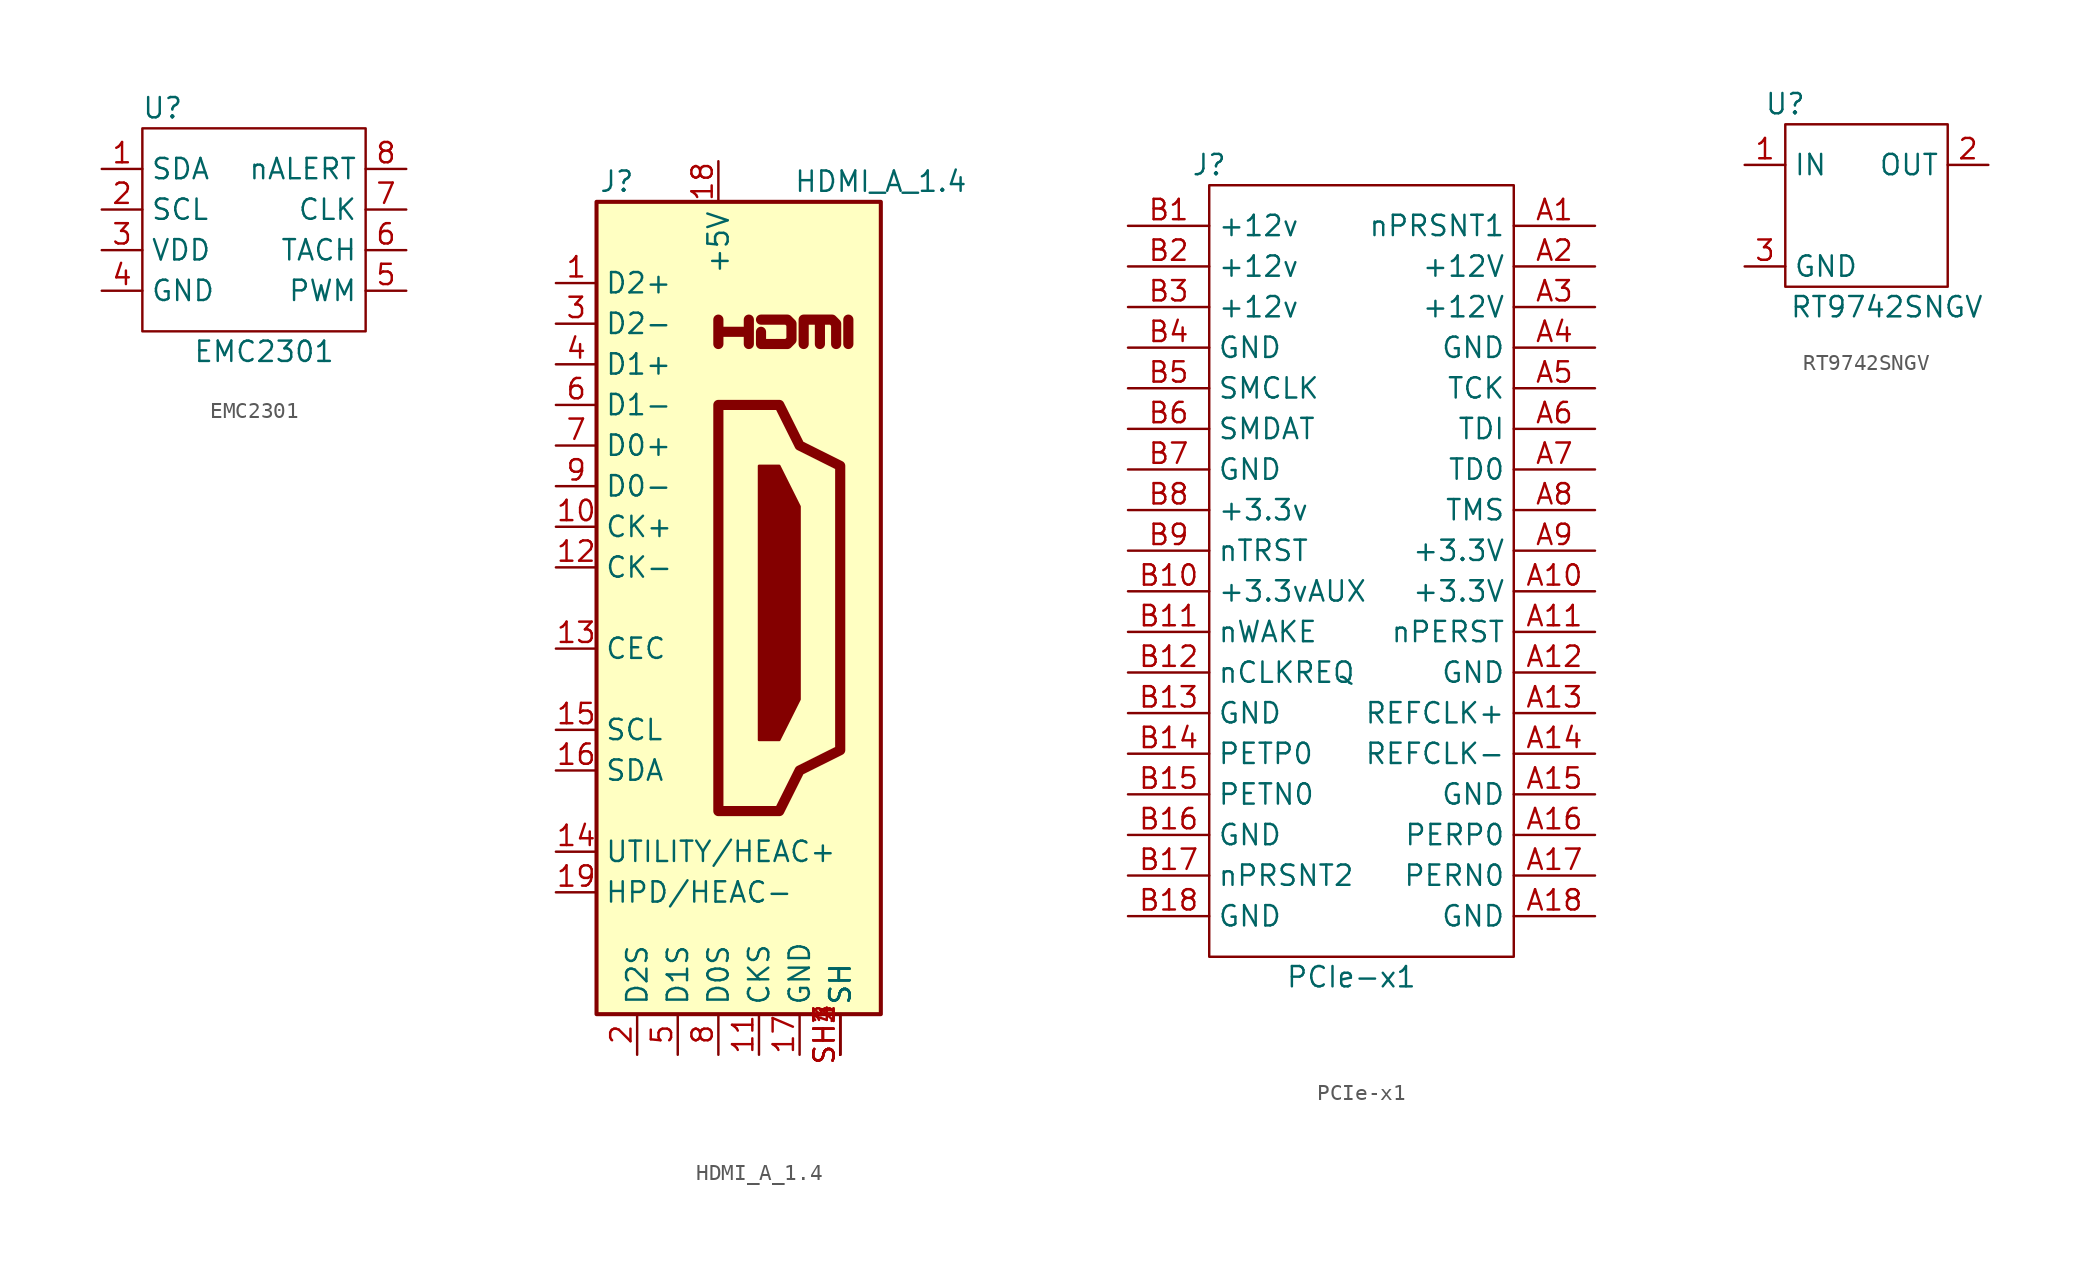
<source format=kicad_sym>
(kicad_symbol_lib
  (version 20231120)
  (generator "kicad_symbol_editor")
  (generator_version "8.0")
  (symbol "EMC2301"
    (property "Reference" "U"
      (at -7.62 13.97 0)
      (effects (font (size 1.27 1.27))))
    (property "Value" "EMC2301"
      (at -1.27 -1.27 0)
      (effects (font (size 1.27 1.27))))
    (symbol "EMC2301_0_0"
      (pin open_collector line (at -11.43 10.16 0) (length 2.54) (name "SDA" (effects (font (size 1.27 1.27)))) (number "1" (effects (font (size 1.27 1.27)))))
      (pin open_collector line (at -11.43 7.62 0) (length 2.54) (name "SCL" (effects (font (size 1.27 1.27)))) (number "2" (effects (font (size 1.27 1.27)))))
      (pin power_in line (at -11.43 5.08 0) (length 2.54) (name "VDD" (effects (font (size 1.27 1.27)))) (number "3" (effects (font (size 1.27 1.27)))))
      (pin power_in line (at -11.43 2.54 0) (length 2.54) (name "GND" (effects (font (size 1.27 1.27)))) (number "4" (effects (font (size 1.27 1.27)))))
      (pin output line (at 7.62 2.54 180) (length 2.54) (name "PWM" (effects (font (size 1.27 1.27)))) (number "5" (effects (font (size 1.27 1.27)))))
      (pin input line (at 7.62 5.08 180) (length 2.54) (name "TACH" (effects (font (size 1.27 1.27)))) (number "6" (effects (font (size 1.27 1.27)))))
      (pin input line (at 7.62 7.62 180) (length 2.54) (name "CLK" (effects (font (size 1.27 1.27)))) (number "7" (effects (font (size 1.27 1.27)))))
      (pin open_collector line (at 7.62 10.16 180) (length 2.54) (name "nALERT" (effects (font (size 1.27 1.27)))) (number "8" (effects (font (size 1.27 1.27))))))
    (symbol "EMC2301_0_1"
      (rectangle (start -8.89 12.7) (end 5.08 0) (stroke (width 0) (type default)) (fill (type none)))))
  (symbol "HDMI_A_1.4"
    (property "Reference" "J"
      (at -6.35 26.67 0)
      (effects (font (size 1.27 1.27))))
    (property "Value" "HDMI_A_1.4"
      (at 10.16 26.67 0)
      (effects (font (size 1.27 1.27))))
    (symbol "HDMI_A_1.4_0_0"
      (polyline (pts (xy 8.128 16.51) (xy 8.128 18.034)) (stroke (width 0.635) (type default)) (fill (type none)))
      (polyline (pts (xy 0 16.51) (xy 0 18.034) (xy 0 17.272) (xy 1.905 17.272) (xy 1.905 18.034) (xy 1.905 16.51)) (stroke (width 0.635) (type default)) (fill (type none)))
      (polyline (pts (xy 2.667 18.034) (xy 4.318 18.034) (xy 4.572 17.78) (xy 4.572 16.764) (xy 4.318 16.51) (xy 2.667 16.51) (xy 2.667 17.272)) (stroke (width 0.635) (type default)) (fill (type none)))
      (pin passive line (at 7.62 -27.94 90) (length 2.54) (name "SH" (effects (font (size 1.27 1.27)))) (number "SH2" (effects (font (size 1.27 1.27)))))
      (pin passive line (at 7.62 -27.94 90) (length 2.54) (name "SH" (effects (font (size 1.27 1.27)))) (number "SH3" (effects (font (size 1.27 1.27)))))
      (pin passive line (at 7.62 -27.94 90) (length 2.54) (name "SH" (effects (font (size 1.27 1.27)))) (number "SH4" (effects (font (size 1.27 1.27))))))
    (symbol "HDMI_A_1.4_0_1"
      (rectangle (start -7.62 25.4) (end 10.16 -25.4) (stroke (width 0.254) (type default)) (fill (type background)))
      (polyline (pts (xy 2.54 8.89) (xy 3.81 8.89) (xy 5.08 6.35) (xy 5.08 -5.715) (xy 3.81 -8.255) (xy 2.54 -8.255) (xy 2.54 8.89)) (stroke (width 0) (type default)) (fill (type outline)))
      (polyline (pts (xy 5.334 16.51) (xy 5.334 18.034) (xy 6.35 18.034) (xy 6.35 16.51) (xy 6.35 18.034) (xy 7.112 18.034) (xy 7.366 17.78) (xy 7.366 16.51)) (stroke (width 0.635) (type default)) (fill (type none)))
      (polyline (pts (xy 0 12.7) (xy 0 -12.7) (xy 3.81 -12.7) (xy 5.08 -10.16) (xy 7.62 -8.89) (xy 7.62 8.89) (xy 5.08 10.16) (xy 3.81 12.7) (xy 0 12.7)) (stroke (width 0.635) (type default)) (fill (type none))))
    (symbol "HDMI_A_1.4_1_1"
      (pin passive line (at -10.16 20.32 0) (length 2.54) (name "D2+" (effects (font (size 1.27 1.27)))) (number "1" (effects (font (size 1.27 1.27)))))
      (pin passive line (at -10.16 5.08 0) (length 2.54) (name "CK+" (effects (font (size 1.27 1.27)))) (number "10" (effects (font (size 1.27 1.27)))))
      (pin power_in line (at 2.54 -27.94 90) (length 2.54) (name "CKS" (effects (font (size 1.27 1.27)))) (number "11" (effects (font (size 1.27 1.27)))))
      (pin passive line (at -10.16 2.54 0) (length 2.54) (name "CK-" (effects (font (size 1.27 1.27)))) (number "12" (effects (font (size 1.27 1.27)))))
      (pin bidirectional line (at -10.16 -2.54 0) (length 2.54) (name "CEC" (effects (font (size 1.27 1.27)))) (number "13" (effects (font (size 1.27 1.27)))))
      (pin passive line (at -10.16 -15.24 0) (length 2.54) (name "UTILITY/HEAC+" (effects (font (size 1.27 1.27)))) (number "14" (effects (font (size 1.27 1.27)))))
      (pin passive line (at -10.16 -7.62 0) (length 2.54) (name "SCL" (effects (font (size 1.27 1.27)))) (number "15" (effects (font (size 1.27 1.27)))))
      (pin bidirectional line (at -10.16 -10.16 0) (length 2.54) (name "SDA" (effects (font (size 1.27 1.27)))) (number "16" (effects (font (size 1.27 1.27)))))
      (pin power_in line (at 5.08 -27.94 90) (length 2.54) (name "GND" (effects (font (size 1.27 1.27)))) (number "17" (effects (font (size 1.27 1.27)))))
      (pin power_in line (at 0 27.94 270) (length 2.54) (name "+5V" (effects (font (size 1.27 1.27)))) (number "18" (effects (font (size 1.27 1.27)))))
      (pin passive line (at -10.16 -17.78 0) (length 2.54) (name "HPD/HEAC-" (effects (font (size 1.27 1.27)))) (number "19" (effects (font (size 1.27 1.27)))))
      (pin power_in line (at -5.08 -27.94 90) (length 2.54) (name "D2S" (effects (font (size 1.27 1.27)))) (number "2" (effects (font (size 1.27 1.27)))))
      (pin passive line (at -10.16 17.78 0) (length 2.54) (name "D2-" (effects (font (size 1.27 1.27)))) (number "3" (effects (font (size 1.27 1.27)))))
      (pin passive line (at -10.16 15.24 0) (length 2.54) (name "D1+" (effects (font (size 1.27 1.27)))) (number "4" (effects (font (size 1.27 1.27)))))
      (pin power_in line (at -2.54 -27.94 90) (length 2.54) (name "D1S" (effects (font (size 1.27 1.27)))) (number "5" (effects (font (size 1.27 1.27)))))
      (pin passive line (at -10.16 12.7 0) (length 2.54) (name "D1-" (effects (font (size 1.27 1.27)))) (number "6" (effects (font (size 1.27 1.27)))))
      (pin passive line (at -10.16 10.16 0) (length 2.54) (name "D0+" (effects (font (size 1.27 1.27)))) (number "7" (effects (font (size 1.27 1.27)))))
      (pin power_in line (at 0 -27.94 90) (length 2.54) (name "D0S" (effects (font (size 1.27 1.27)))) (number "8" (effects (font (size 1.27 1.27)))))
      (pin passive line (at -10.16 7.62 0) (length 2.54) (name "D0-" (effects (font (size 1.27 1.27)))) (number "9" (effects (font (size 1.27 1.27)))))
      (pin passive line (at 7.62 -27.94 90) (length 2.54) (name "SH" (effects (font (size 1.27 1.27)))) (number "SH1" (effects (font (size 1.27 1.27)))))))
  (symbol "PCIe-x1"
    (property "Reference" "J"
      (at -13.97 36.83 0)
      (effects (font (size 1.27 1.27))))
    (property "Value" "PCIe-x1"
      (at -5.08 -13.97 0)
      (effects (font (size 1.27 1.27))))
    (symbol "PCIe-x1_0_0"
      (pin passive line (at 10.16 33.02 180) (length 5.08) (name "nPRSNT1" (effects (font (size 1.27 1.27)))) (number "A1" (effects (font (size 1.27 1.27)))))
      (pin power_in line (at 10.16 10.16 180) (length 5.08) (name "+3.3V" (effects (font (size 1.27 1.27)))) (number "A10" (effects (font (size 1.27 1.27)))))
      (pin input line (at 10.16 7.62 180) (length 5.08) (name "nPERST" (effects (font (size 1.27 1.27)))) (number "A11" (effects (font (size 1.27 1.27)))))
      (pin power_in line (at 10.16 5.08 180) (length 5.08) (name "GND" (effects (font (size 1.27 1.27)))) (number "A12" (effects (font (size 1.27 1.27)))))
      (pin input line (at 10.16 2.54 180) (length 5.08) (name "REFCLK+" (effects (font (size 1.27 1.27)))) (number "A13" (effects (font (size 1.27 1.27)))))
      (pin input line (at 10.16 0 180) (length 5.08) (name "REFCLK-" (effects (font (size 1.27 1.27)))) (number "A14" (effects (font (size 1.27 1.27)))))
      (pin power_in line (at 10.16 -2.54 180) (length 5.08) (name "GND" (effects (font (size 1.27 1.27)))) (number "A15" (effects (font (size 1.27 1.27)))))
      (pin output line (at 10.16 -5.08 180) (length 5.08) (name "PERP0" (effects (font (size 1.27 1.27)))) (number "A16" (effects (font (size 1.27 1.27)))))
      (pin output line (at 10.16 -7.62 180) (length 5.08) (name "PERN0" (effects (font (size 1.27 1.27)))) (number "A17" (effects (font (size 1.27 1.27)))))
      (pin power_in line (at 10.16 -10.16 180) (length 5.08) (name "GND" (effects (font (size 1.27 1.27)))) (number "A18" (effects (font (size 1.27 1.27)))))
      (pin power_in line (at 10.16 30.48 180) (length 5.08) (name "+12V" (effects (font (size 1.27 1.27)))) (number "A2" (effects (font (size 1.27 1.27)))))
      (pin power_in line (at 10.16 27.94 180) (length 5.08) (name "+12V" (effects (font (size 1.27 1.27)))) (number "A3" (effects (font (size 1.27 1.27)))))
      (pin power_in line (at 10.16 25.4 180) (length 5.08) (name "GND" (effects (font (size 1.27 1.27)))) (number "A4" (effects (font (size 1.27 1.27)))))
      (pin input line (at 10.16 22.86 180) (length 5.08) (name "TCK" (effects (font (size 1.27 1.27)))) (number "A5" (effects (font (size 1.27 1.27)))))
      (pin input line (at 10.16 20.32 180) (length 5.08) (name "TDI" (effects (font (size 1.27 1.27)))) (number "A6" (effects (font (size 1.27 1.27)))))
      (pin output line (at 10.16 17.78 180) (length 5.08) (name "TD0" (effects (font (size 1.27 1.27)))) (number "A7" (effects (font (size 1.27 1.27)))))
      (pin input line (at 10.16 15.24 180) (length 5.08) (name "TMS" (effects (font (size 1.27 1.27)))) (number "A8" (effects (font (size 1.27 1.27)))))
      (pin power_in line (at 10.16 12.7 180) (length 5.08) (name "+3.3V" (effects (font (size 1.27 1.27)))) (number "A9" (effects (font (size 1.27 1.27)))))
      (pin power_in line (at -19.05 33.02 0) (length 5.08) (name "+12v" (effects (font (size 1.27 1.27)))) (number "B1" (effects (font (size 1.27 1.27)))))
      (pin power_in line (at -19.05 10.16 0) (length 5.08) (name "+3.3vAUX" (effects (font (size 1.27 1.27)))) (number "B10" (effects (font (size 1.27 1.27)))))
      (pin open_collector line (at -19.05 7.62 0) (length 5.08) (name "nWAKE" (effects (font (size 1.27 1.27)))) (number "B11" (effects (font (size 1.27 1.27)))))
      (pin open_collector line (at -19.05 5.08 0) (length 5.08) (name "nCLKREQ" (effects (font (size 1.27 1.27)))) (number "B12" (effects (font (size 1.27 1.27)))))
      (pin power_in line (at -19.05 2.54 0) (length 5.08) (name "GND" (effects (font (size 1.27 1.27)))) (number "B13" (effects (font (size 1.27 1.27)))))
      (pin input line (at -19.05 0 0) (length 5.08) (name "PETP0" (effects (font (size 1.27 1.27)))) (number "B14" (effects (font (size 1.27 1.27)))))
      (pin input line (at -19.05 -2.54 0) (length 5.08) (name "PETN0" (effects (font (size 1.27 1.27)))) (number "B15" (effects (font (size 1.27 1.27)))))
      (pin power_in line (at -19.05 -5.08 0) (length 5.08) (name "GND" (effects (font (size 1.27 1.27)))) (number "B16" (effects (font (size 1.27 1.27)))))
      (pin passive line (at -19.05 -7.62 0) (length 5.08) (name "nPRSNT2" (effects (font (size 1.27 1.27)))) (number "B17" (effects (font (size 1.27 1.27)))))
      (pin power_in line (at -19.05 -10.16 0) (length 5.08) (name "GND" (effects (font (size 1.27 1.27)))) (number "B18" (effects (font (size 1.27 1.27)))))
      (pin power_in line (at -19.05 30.48 0) (length 5.08) (name "+12v" (effects (font (size 1.27 1.27)))) (number "B2" (effects (font (size 1.27 1.27)))))
      (pin power_in line (at -19.05 27.94 0) (length 5.08) (name "+12v" (effects (font (size 1.27 1.27)))) (number "B3" (effects (font (size 1.27 1.27)))))
      (pin power_in line (at -19.05 25.4 0) (length 5.08) (name "GND" (effects (font (size 1.27 1.27)))) (number "B4" (effects (font (size 1.27 1.27)))))
      (pin passive line (at -19.05 22.86 0) (length 5.08) (name "SMCLK" (effects (font (size 1.27 1.27)))) (number "B5" (effects (font (size 1.27 1.27)))))
      (pin passive line (at -19.05 20.32 0) (length 5.08) (name "SMDAT" (effects (font (size 1.27 1.27)))) (number "B6" (effects (font (size 1.27 1.27)))))
      (pin power_in line (at -19.05 17.78 0) (length 5.08) (name "GND" (effects (font (size 1.27 1.27)))) (number "B7" (effects (font (size 1.27 1.27)))))
      (pin power_in line (at -19.05 15.24 0) (length 5.08) (name "+3.3v" (effects (font (size 1.27 1.27)))) (number "B8" (effects (font (size 1.27 1.27)))))
      (pin input line (at -19.05 12.7 0) (length 5.08) (name "nTRST" (effects (font (size 1.27 1.27)))) (number "B9" (effects (font (size 1.27 1.27))))))
    (symbol "PCIe-x1_0_1"
      (rectangle (start -13.97 35.56) (end 5.08 -12.7) (stroke (width 0) (type default)) (fill (type none)))))
  (symbol "RT9742SNGV"
    (property "Reference" "U"
      (at -2.54 7.62 0)
      (effects (font (size 1.27 1.27))))
    (property "Value" "RT9742SNGV"
      (at 3.81 -5.08 0)
      (effects (font (size 1.27 1.27))))
    (symbol "RT9742SNGV_0_1"
      (rectangle (start -2.54 6.35) (end 7.62 -3.81) (stroke (width 0) (type default)) (fill (type none))))
    (symbol "RT9742SNGV_1_1"
      (pin power_in line (at -5.08 3.81 0) (length 2.54) (name "IN" (effects (font (size 1.27 1.27)))) (number "1" (effects (font (size 1.27 1.27)))))
      (pin power_out line (at 10.16 3.81 180) (length 2.54) (name "OUT" (effects (font (size 1.27 1.27)))) (number "2" (effects (font (size 1.27 1.27)))))
      (pin power_in line (at -5.08 -2.54 0) (length 2.54) (name "GND" (effects (font (size 1.27 1.27)))) (number "3" (effects (font (size 1.27 1.27))))))))
</source>
